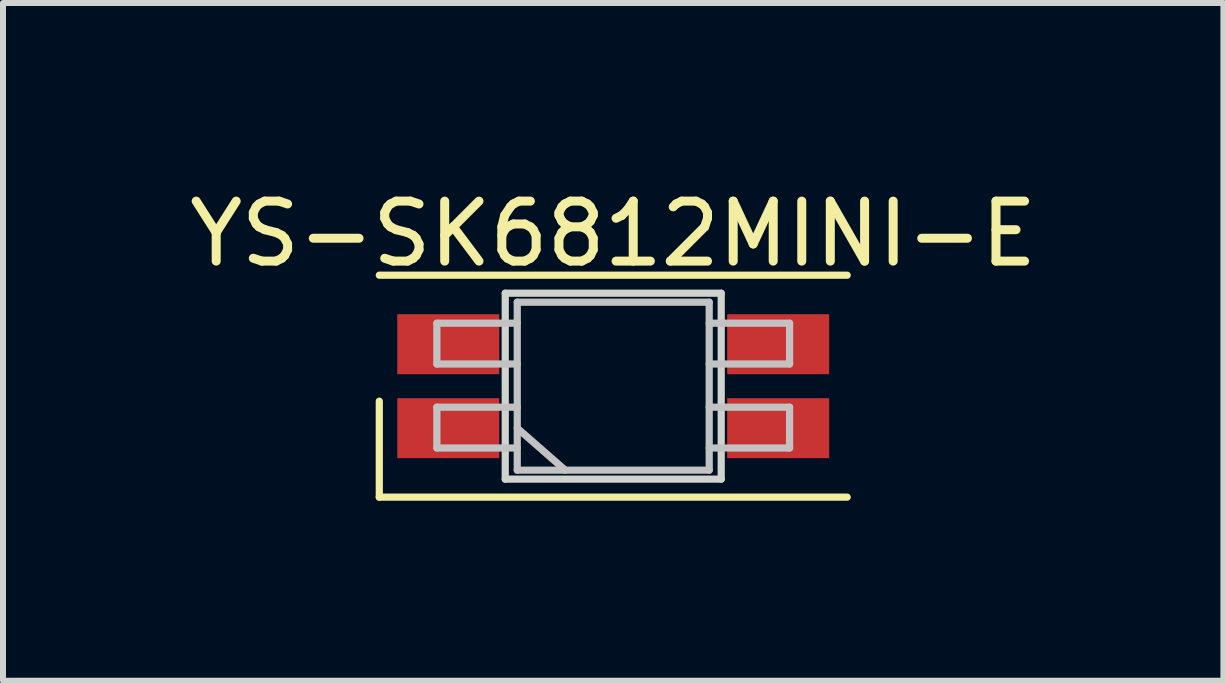
<source format=kicad_pcb>
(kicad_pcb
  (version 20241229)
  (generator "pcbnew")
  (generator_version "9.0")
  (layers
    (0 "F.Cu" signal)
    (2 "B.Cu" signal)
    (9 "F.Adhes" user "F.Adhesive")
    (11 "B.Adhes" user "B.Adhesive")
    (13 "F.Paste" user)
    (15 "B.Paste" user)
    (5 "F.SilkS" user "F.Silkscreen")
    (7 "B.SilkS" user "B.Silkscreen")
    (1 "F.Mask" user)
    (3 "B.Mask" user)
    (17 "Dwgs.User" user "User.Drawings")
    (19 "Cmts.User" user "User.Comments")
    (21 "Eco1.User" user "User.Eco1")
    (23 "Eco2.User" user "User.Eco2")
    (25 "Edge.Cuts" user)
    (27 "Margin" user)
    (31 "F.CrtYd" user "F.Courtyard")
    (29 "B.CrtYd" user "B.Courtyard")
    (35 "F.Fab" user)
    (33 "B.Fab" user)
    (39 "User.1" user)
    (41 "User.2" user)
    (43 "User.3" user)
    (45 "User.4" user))
  (footprint "YS-SK6812MINI-E"
    (layer "F.Cu")
    (at 7.173 3.388)
    (property "Reference" "YS-SK6812MINI-E" (at 0 -2.54 0) (layer "F.SilkS") (effects (font (size 1 1) (thickness 0.15))))
    (attr through_hole)
    (fp_line (start -3.9 0.25) (end -3.9 1.85) (stroke (width 0.12) (type solid)) (layer "F.SilkS"))
    (fp_line (start -3.9 1.85) (end 3.9 1.85) (stroke (width 0.12) (type solid)) (layer "F.SilkS"))
    (fp_line (start 3.9 -1.85) (end -3.9 -1.85) (stroke (width 0.12) (type solid)) (layer "F.SilkS"))
    (fp_line (start -2.94 -1.05) (end -2.94 -0.37) (stroke (width 0.12) (type solid)) (layer "Dwgs.User"))
    (fp_line (start -2.94 -0.37) (end -1.6 -0.37) (stroke (width 0.12) (type solid)) (layer "Dwgs.User"))
    (fp_line (start -2.94 0.35) (end -2.94 1.03) (stroke (width 0.12) (type solid)) (layer "Dwgs.User"))
    (fp_line (start -2.94 1.03) (end -1.6 1.03) (stroke (width 0.12) (type solid)) (layer "Dwgs.User"))
    (fp_line (start -1.6 -1.4) (end -1.6 1.4) (stroke (width 0.12) (type solid)) (layer "Dwgs.User"))
    (fp_line (start -1.6 -1.4) (end 1.6 -1.4) (stroke (width 0.12) (type solid)) (layer "Dwgs.User"))
    (fp_line (start -1.6 -1.05) (end -2.94 -1.05) (stroke (width 0.12) (type solid)) (layer "Dwgs.User"))
    (fp_line (start -1.6 0.35) (end -2.94 0.35) (stroke (width 0.12) (type solid)) (layer "Dwgs.User"))
    (fp_line (start -1.6 0.7) (end -0.8 1.4) (stroke (width 0.12) (type solid)) (layer "Dwgs.User"))
    (fp_line (start -1.6 1.4) (end 1.6 1.4) (stroke (width 0.12) (type solid)) (layer "Dwgs.User"))
    (fp_line (start 1.6 -1.4) (end 1.6 1.4) (stroke (width 0.12) (type solid)) (layer "Dwgs.User"))
    (fp_line (start 1.6 -0.37) (end 2.94 -0.37) (stroke (width 0.12) (type solid)) (layer "Dwgs.User"))
    (fp_line (start 1.6 1.03) (end 2.94 1.03) (stroke (width 0.12) (type solid)) (layer "Dwgs.User"))
    (fp_line (start 2.94 -1.05) (end 1.6 -1.05) (stroke (width 0.12) (type solid)) (layer "Dwgs.User"))
    (fp_line (start 2.94 -0.37) (end 2.94 -1.05) (stroke (width 0.12) (type solid)) (layer "Dwgs.User"))
    (fp_line (start 2.94 0.35) (end 1.6 0.35) (stroke (width 0.12) (type solid)) (layer "Dwgs.User"))
    (fp_line (start 2.94 1.03) (end 2.94 0.35) (stroke (width 0.12) (type solid)) (layer "Dwgs.User"))
    (fp_line (start -1.8 -1.55) (end -1.8 1.55) (stroke (width 0.12) (type solid)) (layer "Edge.Cuts"))
    (fp_line (start -1.8 1.55) (end 1.8 1.55) (stroke (width 0.12) (type solid)) (layer "Edge.Cuts"))
    (fp_line (start 1.8 -1.55) (end -1.8 -1.55) (stroke (width 0.12) (type solid)) (layer "Edge.Cuts"))
    (fp_line (start 1.8 1.55) (end 1.8 -1.55) (stroke (width 0.12) (type solid)) (layer "Edge.Cuts"))
    (pad "1" smd rect (at 2.75 -0.7) (size 1.7 1) (layers "F.Cu" "F.Mask" "F.Paste"))
    (pad "2" smd rect (at 2.75 0.7) (size 1.7 1) (layers "F.Cu" "F.Mask" "F.Paste"))
    (pad "3" smd rect (at -2.75 0.7) (size 1.7 1) (layers "F.Cu" "F.Mask" "F.Paste"))
    (pad "4" smd rect (at -2.75 -0.7) (size 1.7 1) (layers "F.Cu" "F.Mask" "F.Paste")))
  (gr_rect
    (start -3 -3)
    (end 17.345 8.298)
    (stroke (width 0.1) (type default))
    (fill no)
    (layer "Edge.Cuts")))
</source>
